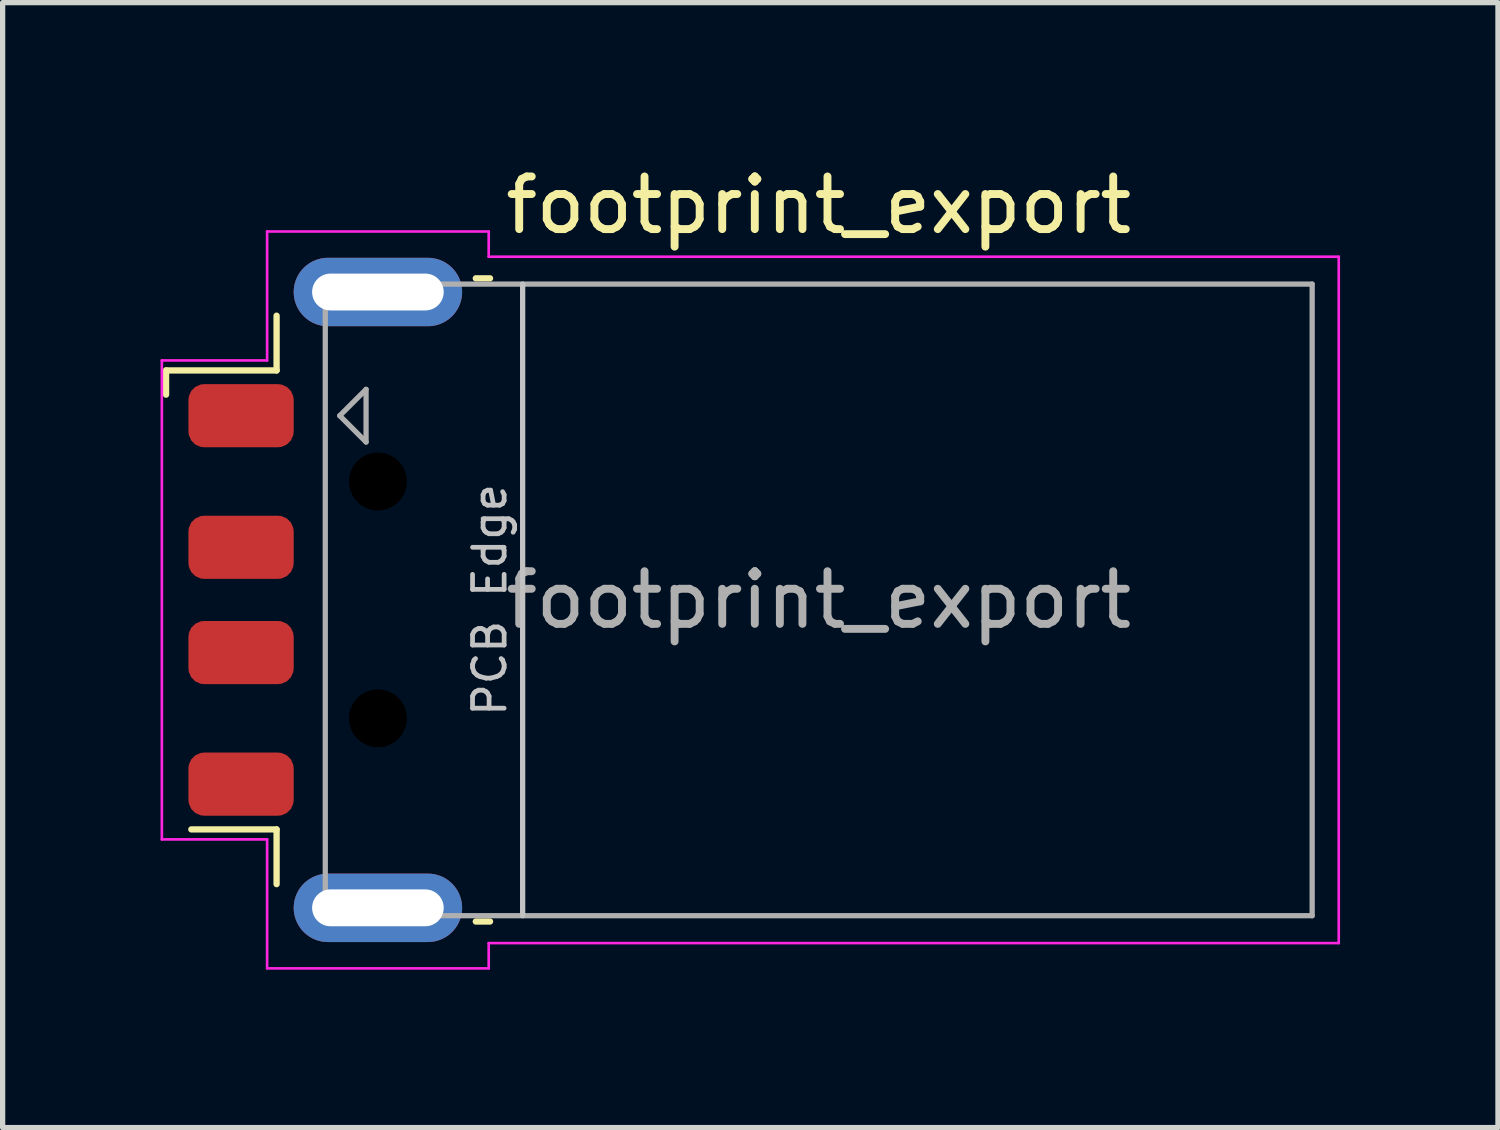
<source format=kicad_pcb>
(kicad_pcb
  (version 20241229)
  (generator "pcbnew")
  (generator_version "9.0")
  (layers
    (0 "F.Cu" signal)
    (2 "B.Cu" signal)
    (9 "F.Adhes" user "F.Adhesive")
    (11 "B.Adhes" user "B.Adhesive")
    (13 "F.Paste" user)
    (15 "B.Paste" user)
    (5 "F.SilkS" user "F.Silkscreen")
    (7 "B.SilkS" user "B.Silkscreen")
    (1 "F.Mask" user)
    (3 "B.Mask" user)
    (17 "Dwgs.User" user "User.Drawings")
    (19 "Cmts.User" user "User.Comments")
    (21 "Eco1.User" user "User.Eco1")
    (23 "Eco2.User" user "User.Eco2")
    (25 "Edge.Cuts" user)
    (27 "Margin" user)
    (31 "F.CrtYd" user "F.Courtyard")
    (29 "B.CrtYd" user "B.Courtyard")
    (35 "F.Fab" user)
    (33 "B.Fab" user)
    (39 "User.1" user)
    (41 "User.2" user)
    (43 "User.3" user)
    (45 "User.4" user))
  (footprint "footprint_export"
    (layer "F.Cu")
    (at 12.505 8.348)
    (property "Reference" "footprint_export" (at 0 -7.5 0) (layer "F.SilkS") (effects (font (size 1 1) (thickness 0.15))))
    (attr smd)
    (fp_line (start -12.4 -4.36) (end -12.4 -3.9) (stroke (width 0.12) (type default)) (layer "F.SilkS"))
    (fp_line (start -12.4 -4.36) (end -10.3 -4.36) (stroke (width 0.12) (type default)) (layer "F.SilkS"))
    (fp_line (start -11.92 4.36) (end -10.3 4.36) (stroke (width 0.12) (type default)) (layer "F.SilkS"))
    (fp_line (start -10.3 -5.4) (end -10.3 -4.36) (stroke (width 0.12) (type default)) (layer "F.SilkS"))
    (fp_line (start -10.3 4.36) (end -10.3 5.4) (stroke (width 0.12) (type default)) (layer "F.SilkS"))
    (fp_line (start -6.515 -6.11) (end -6.245 -6.11) (stroke (width 0.12) (type solid)) (layer "F.SilkS"))
    (fp_line (start -6.515 6.11) (end -6.245 6.11) (stroke (width 0.12) (type solid)) (layer "F.SilkS"))
    (fp_line (start -5.625 -6) (end -5.625 6) (stroke (width 0.1) (type solid)) (layer "Dwgs.User"))
    (fp_line (start -12.48 -4.55) (end -10.48 -4.55) (stroke (width 0.05) (type solid)) (layer "F.CrtYd"))
    (fp_line (start -12.48 4.55) (end -12.48 -4.55) (stroke (width 0.05) (type solid)) (layer "F.CrtYd"))
    (fp_line (start -12.48 4.55) (end -10.48 4.55) (stroke (width 0.05) (type solid)) (layer "F.CrtYd"))
    (fp_line (start -10.48 -7) (end -10.48 -4.55) (stroke (width 0.05) (type solid)) (layer "F.CrtYd"))
    (fp_line (start -10.48 -7) (end -6.27 -7) (stroke (width 0.05) (type solid)) (layer "F.CrtYd"))
    (fp_line (start -10.48 4.55) (end -10.48 7) (stroke (width 0.05) (type solid)) (layer "F.CrtYd"))
    (fp_line (start -10.48 7) (end -6.27 7) (stroke (width 0.05) (type solid)) (layer "F.CrtYd"))
    (fp_line (start -6.27 -6.52) (end -6.27 -7) (stroke (width 0.05) (type solid)) (layer "F.CrtYd"))
    (fp_line (start -6.27 -6.52) (end 9.88 -6.52) (stroke (width 0.05) (type solid)) (layer "F.CrtYd"))
    (fp_line (start -6.27 6.52) (end 9.88 6.52) (stroke (width 0.05) (type solid)) (layer "F.CrtYd"))
    (fp_line (start -6.27 7) (end -6.27 6.52) (stroke (width 0.05) (type solid)) (layer "F.CrtYd"))
    (fp_line (start 9.88 6.52) (end 9.88 -6.52) (stroke (width 0.05) (type solid)) (layer "F.CrtYd"))
    (fp_line (start -9.375 -6) (end -9.375 6) (stroke (width 0.1) (type solid)) (layer "F.Fab"))
    (fp_line (start -9.375 -6) (end 9.375 -6) (stroke (width 0.1) (type solid)) (layer "F.Fab"))
    (fp_line (start -9.375 6) (end 9.375 6) (stroke (width 0.1) (type solid)) (layer "F.Fab"))
    (fp_line (start -9.1 -3.5) (end -8.6 -4) (stroke (width 0.1) (type solid)) (layer "F.Fab"))
    (fp_line (start -9.1 -3.5) (end -8.6 -3) (stroke (width 0.1) (type solid)) (layer "F.Fab"))
    (fp_line (start -8.6 -4) (end -8.6 -3) (stroke (width 0.1) (type solid)) (layer "F.Fab"))
    (fp_line (start 9.375 -6) (end 9.375 6) (stroke (width 0.1) (type solid)) (layer "F.Fab"))
    (fp_text user "PCB Edge" (at -6.25 0 90) (layer "Dwgs.User") (effects (font (size 0.6 0.6) (thickness 0.09))))
    (fp_text user "${REFERENCE}" (at 0 0 180) (layer "F.Fab") (effects (font (size 1 1) (thickness 0.15))))
    (pad "" np_thru_hole circle (at -8.375 -2.25) (size 1.1 1.1) (drill 1.1) (layers "*.Mask"))
    (pad "" np_thru_hole circle (at -8.375 2.25) (size 1.1 1.1) (drill 1.1) (layers "*.Mask"))
    (pad "1" smd roundrect (at -10.975 -3.5) (size 2 1.2) (layers "F.Cu" "F.Mask" "F.Paste") (roundrect_rratio 0.25))
    (pad "2" smd roundrect (at -10.975 -1) (size 2 1.2) (layers "F.Cu" "F.Mask" "F.Paste") (roundrect_rratio 0.25))
    (pad "3" smd roundrect (at -10.975 1) (size 2 1.2) (layers "F.Cu" "F.Mask" "F.Paste") (roundrect_rratio 0.25))
    (pad "4" smd roundrect (at -10.975 3.5) (size 2 1.2) (layers "F.Cu" "F.Mask" "F.Paste") (roundrect_rratio 0.25))
    (pad "5" thru_hole oval (at -8.375 -5.85) (size 3.2 1.3) (drill oval 2.5 0.7) (layers "*.Cu" "*.Mask"))
    (pad "5" thru_hole oval (at -8.375 5.85) (size 3.2 1.3) (drill oval 2.5 0.7) (layers "*.Cu" "*.Mask")))
  (gr_rect
    (start -3 -3)
    (end 25.41 18.373)
    (stroke (width 0.1) (type default))
    (fill no)
    (layer "Edge.Cuts")))
</source>
